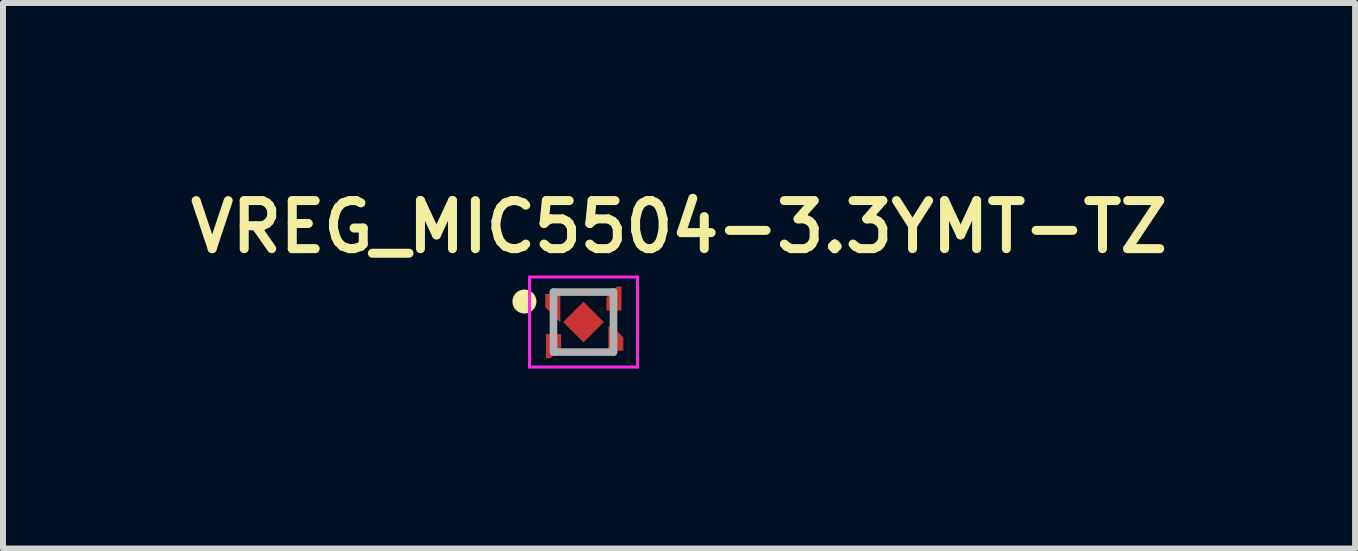
<source format=kicad_pcb>
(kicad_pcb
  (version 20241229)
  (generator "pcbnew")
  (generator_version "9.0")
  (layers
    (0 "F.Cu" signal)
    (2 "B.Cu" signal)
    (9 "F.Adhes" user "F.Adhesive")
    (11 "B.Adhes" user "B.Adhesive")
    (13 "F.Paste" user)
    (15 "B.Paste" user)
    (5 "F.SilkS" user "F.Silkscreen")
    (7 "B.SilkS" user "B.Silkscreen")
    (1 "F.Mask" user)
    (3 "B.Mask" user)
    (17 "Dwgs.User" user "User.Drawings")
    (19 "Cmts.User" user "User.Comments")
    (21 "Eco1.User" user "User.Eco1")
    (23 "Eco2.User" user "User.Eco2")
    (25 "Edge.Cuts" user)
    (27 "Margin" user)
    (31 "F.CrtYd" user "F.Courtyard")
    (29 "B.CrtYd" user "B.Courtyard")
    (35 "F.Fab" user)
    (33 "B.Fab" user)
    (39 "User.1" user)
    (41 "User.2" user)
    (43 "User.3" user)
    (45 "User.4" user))
  (footprint "VREG_MIC5504-3.3YMT-TZ"
    (layer "F.Cu")
    (at 6.674 2.317)
    (property "Reference" "VREG_MIC5504-3.3YMT-TZ" (at 1.593 -1.586 0) (layer "F.SilkS") (effects (font (size 0.801 0.801) (thickness 0.15))))
    (attr smd)
    (fp_poly (pts (xy -0.39 -0.1) (xy -0.75 -0.1) (xy -0.75 -0.55) (xy 0.06 -0.55)) (stroke (width 0.001) (type solid)) (fill yes) (layer "F.Mask"))
    (fp_poly (pts (xy -0.75 0.1) (xy -0.75 0.55) (xy -0.15 0.55) (xy -0.15 0.34) (xy -0.39 0.1)) (stroke (width 0.001) (type solid)) (fill yes) (layer "F.Mask"))
    (fp_poly (pts (xy 0.75 -0.1) (xy 0.75 -0.55) (xy 0.15 -0.55) (xy 0.15 -0.34) (xy 0.39 -0.1)) (stroke (width 0.001) (type solid)) (fill yes) (layer "F.Mask"))
    (fp_poly (pts (xy 0.75 0.1) (xy 0.75 0.55) (xy 0.15 0.55) (xy 0.15 0.34) (xy 0.39 0.1)) (stroke (width 0.001) (type solid)) (fill yes) (layer "F.Mask"))
    (fp_circle (center -0.984 -0.342) (end -0.884 -0.342) (stroke (width 0.2) (type solid)) (fill no) (layer "F.SilkS"))
    (fp_poly (pts (xy -0.43 -0.2) (xy -0.18 -0.45) (xy -0.65 -0.45) (xy -0.65 -0.2)) (stroke (width 0.001) (type solid)) (fill yes) (layer "F.Paste"))
    (fp_poly (pts (xy -0.43 0.2) (xy -0.25 0.375) (xy -0.25 0.45) (xy -0.65 0.45) (xy -0.65 0.2)) (stroke (width 0.001) (type solid)) (fill yes) (layer "F.Paste"))
    (fp_poly (pts (xy 0.43 -0.2) (xy 0.25 -0.375) (xy 0.25 -0.45) (xy 0.65 -0.45) (xy 0.65 -0.2)) (stroke (width 0.001) (type solid)) (fill yes) (layer "F.Paste"))
    (fp_poly (pts (xy 0.43 0.2) (xy 0.25 0.375) (xy 0.25 0.45) (xy 0.65 0.45) (xy 0.65 0.2)) (stroke (width 0.001) (type solid)) (fill yes) (layer "F.Paste"))
    (fp_line (start -0.9 -0.75) (end -0.9 0.75) (stroke (width 0.05) (type solid)) (layer "F.CrtYd"))
    (fp_line (start -0.9 0.75) (end 0.9 0.75) (stroke (width 0.05) (type solid)) (layer "F.CrtYd"))
    (fp_line (start 0.9 -0.75) (end -0.9 -0.75) (stroke (width 0.05) (type solid)) (layer "F.CrtYd"))
    (fp_line (start 0.9 0.75) (end 0.9 -0.75) (stroke (width 0.05) (type solid)) (layer "F.CrtYd"))
    (fp_line (start -0.5 -0.5) (end -0.5 0.5) (stroke (width 0.127) (type solid)) (layer "F.Fab"))
    (fp_line (start -0.5 0.5) (end 0.5 0.5) (stroke (width 0.127) (type solid)) (layer "F.Fab"))
    (fp_line (start 0.5 -0.5) (end -0.5 -0.5) (stroke (width 0.127) (type solid)) (layer "F.Fab"))
    (fp_line (start 0.5 0.5) (end 0.5 -0.5) (stroke (width 0.127) (type solid)) (layer "F.Fab"))
    (pad "1" smd custom (at -0.51 -0.327 270) (size 0.1 0.1) (layers "F.Cu") (options (anchor rect)) (primitives (gr_poly (pts (xy 0.08 0.127) (xy 0.33 -0.123) (xy -0.14 -0.123) (xy -0.14 0.127)) (width 0.001) (fill yes))))
    (pad "2" smd custom (at -0.513 0.339 270) (size 0.1 0.1) (layers "F.Cu") (options (anchor rect)) (primitives (gr_poly (pts (xy 0.083 -0.139) (xy 0.263 0.036) (xy 0.263 0.111) (xy -0.137 0.111) (xy -0.137 -0.139)) (width 0.001) (fill yes))))
    (pad "3" smd custom (at 0.518 0.346 270) (size 0.1 0.1) (layers "F.Cu") (options (anchor rect)) (primitives (gr_poly (pts (xy -0.088 -0.146) (xy -0.268 0.029) (xy -0.268 0.104) (xy 0.132 0.104) (xy 0.132 -0.146)) (width 0.001) (fill yes))))
    (pad "4" smd custom (at 0.512 -0.329 270) (size 0.1 0.1) (layers "F.Cu") (options (anchor rect)) (primitives (gr_poly (pts (xy -0.082 0.129) (xy -0.262 -0.046) (xy -0.262 -0.121) (xy 0.138 -0.121) (xy 0.138 0.129)) (width 0.001) (fill yes))))
    (pad "EP" smd rect (at 0 0 315) (size 0.48 0.48) (layers "F.Cu" "F.Mask" "F.Paste")))
  (gr_rect
    (start -3 -3)
    (end 19.533 6.092)
    (stroke (width 0.1) (type default))
    (fill no)
    (layer "Edge.Cuts")))
</source>
